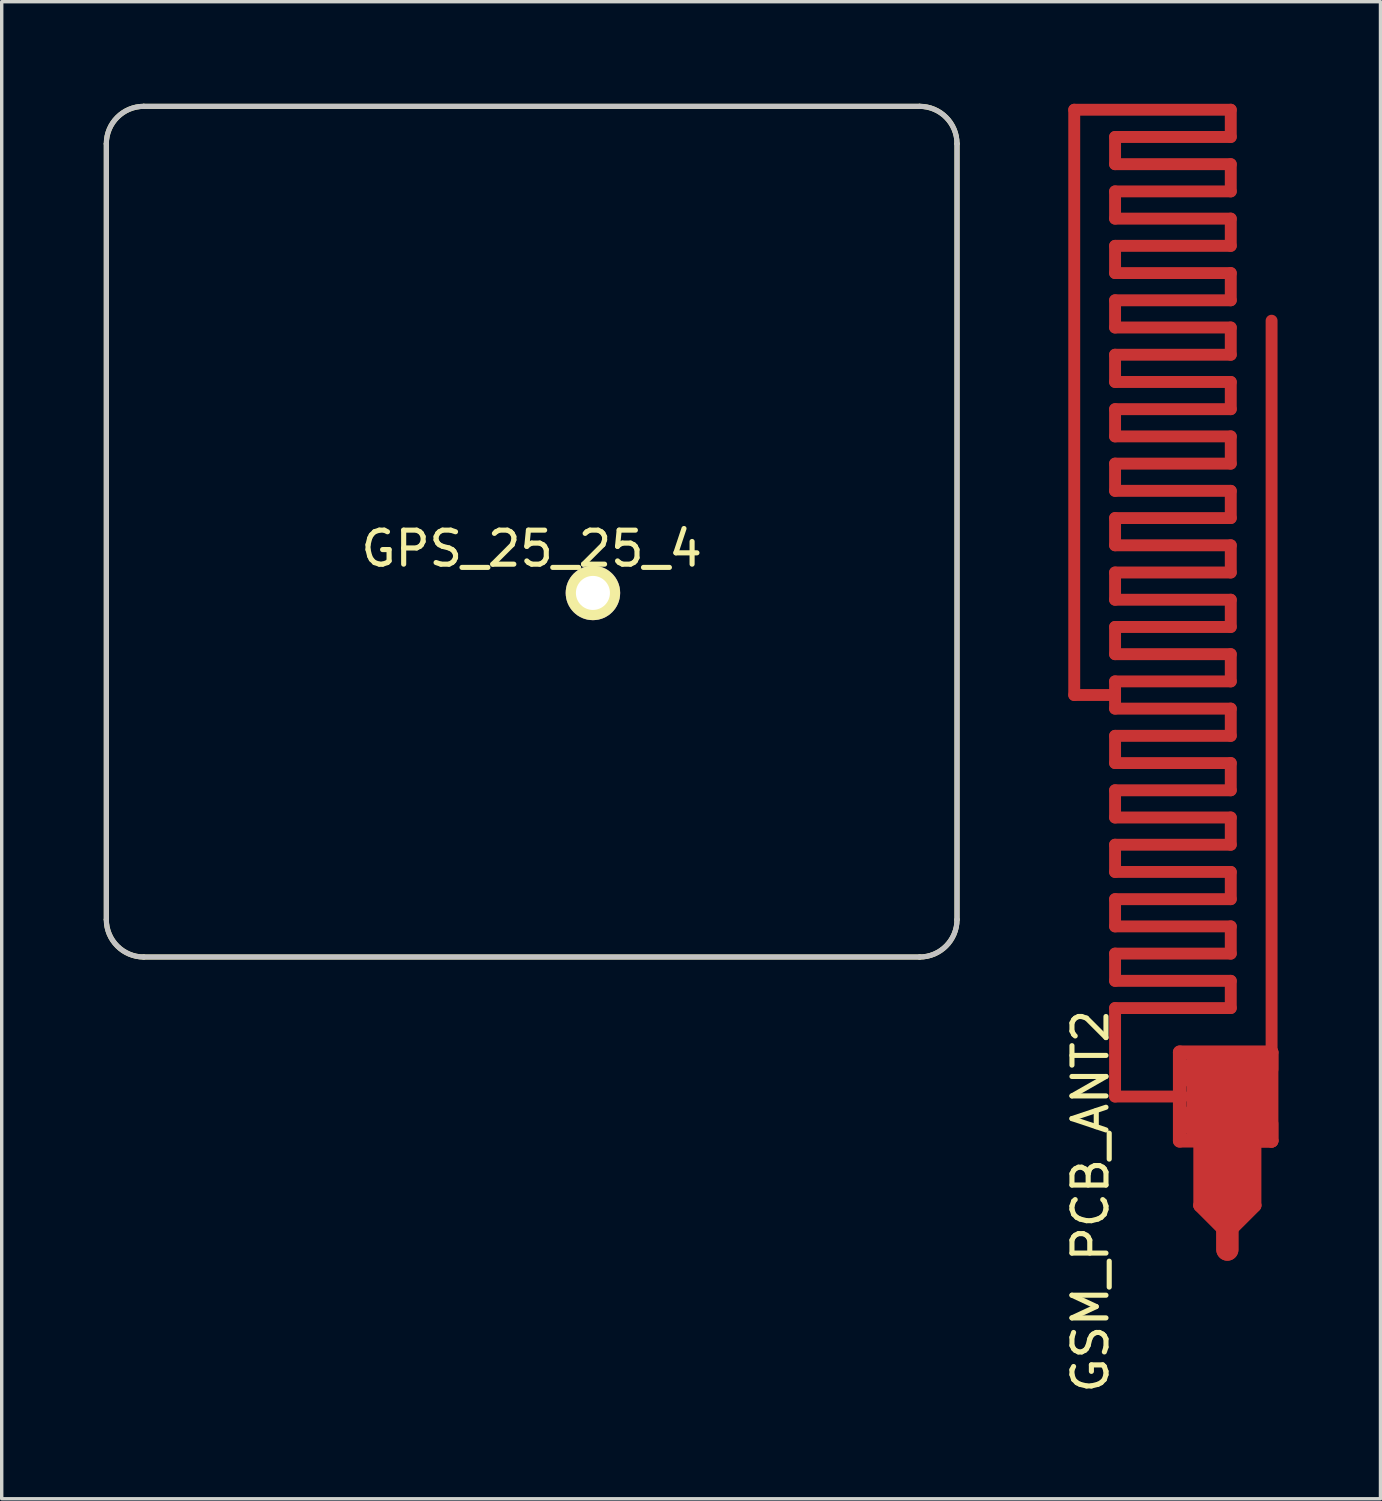
<source format=kicad_pcb>
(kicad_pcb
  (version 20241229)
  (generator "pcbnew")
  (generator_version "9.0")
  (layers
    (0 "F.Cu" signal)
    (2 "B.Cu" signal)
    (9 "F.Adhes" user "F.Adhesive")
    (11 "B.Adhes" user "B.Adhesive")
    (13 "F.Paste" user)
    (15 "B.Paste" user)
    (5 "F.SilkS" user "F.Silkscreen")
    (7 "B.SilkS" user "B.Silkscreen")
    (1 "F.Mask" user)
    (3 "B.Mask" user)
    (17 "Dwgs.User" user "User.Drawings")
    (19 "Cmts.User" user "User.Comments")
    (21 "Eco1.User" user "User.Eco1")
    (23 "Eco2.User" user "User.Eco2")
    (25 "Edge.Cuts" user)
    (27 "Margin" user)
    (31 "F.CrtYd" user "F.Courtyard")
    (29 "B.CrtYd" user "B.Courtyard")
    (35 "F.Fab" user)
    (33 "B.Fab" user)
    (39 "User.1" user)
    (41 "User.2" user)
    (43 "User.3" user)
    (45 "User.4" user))
  (footprint "GPS_25_25_4"
    (layer "F.Cu")
    (at 12.575 12.575)
    (property "Reference" "GPS_25_25_4" (at 0 0.5 0) (layer "F.SilkS") (effects (font (size 1 1) (thickness 0.15))))
    (attr through_hole)
    (fp_line (start -12.5 11.4) (end -12.5 -11.4) (stroke (width 0.15) (type solid)) (layer "F.SilkS"))
    (fp_line (start -11.4 -12.5) (end 11.4 -12.5) (stroke (width 0.15) (type solid)) (layer "F.SilkS"))
    (fp_line (start 11.4 12.5) (end -11.4 12.5) (stroke (width 0.15) (type solid)) (layer "F.SilkS"))
    (fp_line (start 12.5 -11.4) (end 12.5 11.4) (stroke (width 0.15) (type solid)) (layer "F.SilkS"))
    (fp_arc (start -12.5 -11.4) (mid -12.177817 -12.177817) (end -11.4 -12.5) (stroke (width 0.15) (type solid)) (layer "F.SilkS"))
    (fp_arc (start -11.4 12.5) (mid -12.177817 12.177817) (end -12.5 11.4) (stroke (width 0.15) (type solid)) (layer "F.SilkS"))
    (fp_arc (start 11.4 -12.5) (mid 12.177817 -12.177817) (end 12.5 -11.4) (stroke (width 0.15) (type solid)) (layer "F.SilkS"))
    (fp_arc (start 12.5 11.4) (mid 12.177817 12.177817) (end 11.4 12.5) (stroke (width 0.15) (type solid)) (layer "F.SilkS"))
    (fp_line (start -12.5 11.4) (end -12.5 -11.4) (stroke (width 0.15) (type solid)) (layer "Dwgs.User"))
    (fp_line (start -11.4 -12.5) (end 11.4 -12.5) (stroke (width 0.15) (type solid)) (layer "Dwgs.User"))
    (fp_line (start 11.4 12.5) (end -11.4 12.5) (stroke (width 0.15) (type solid)) (layer "Dwgs.User"))
    (fp_line (start 12.5 -11.4) (end 12.5 11.4) (stroke (width 0.15) (type solid)) (layer "Dwgs.User"))
    (fp_arc (start -12.5 -11.4) (mid -12.177817 -12.177817) (end -11.4 -12.5) (stroke (width 0.15) (type solid)) (layer "Dwgs.User"))
    (fp_arc (start -11.4 12.5) (mid -12.177817 12.177817) (end -12.5 11.4) (stroke (width 0.15) (type solid)) (layer "Dwgs.User"))
    (fp_arc (start 11.4 -12.5) (mid 12.177817 -12.177817) (end 12.5 -11.4) (stroke (width 0.15) (type solid)) (layer "Dwgs.User"))
    (fp_arc (start 12.5 11.4) (mid 12.177817 12.177817) (end 11.4 12.5) (stroke (width 0.15) (type solid)) (layer "Dwgs.User"))
    (pad "1" thru_hole circle (at 1.8 1.8) (size 1.6 1.6) (drill 1) (layers "*.Cu" "*.Mask" "F.SilkS")))
  (footprint "GSM_PCB_ANT2"
    (layer "F.Cu")
    (at 32.998 33.652)
    (property "Reference" "GSM_PCB_ANT2" (at -4 -1.4 90) (layer "F.SilkS") (effects (font (size 1 1) (thickness 0.15))))
    (attr through_hole)
    (fp_line (start -4.478 -33.477) (end -4.478 -16.277) (stroke (width 0.35) (type solid)) (layer "F.Cu"))
    (fp_line (start -3.278 -32.677) (end -3.278 -31.877) (stroke (width 0.35) (type solid)) (layer "F.Cu"))
    (fp_line (start -3.278 -31.077) (end -3.278 -30.277) (stroke (width 0.35) (type solid)) (layer "F.Cu"))
    (fp_line (start -3.278 -29.477) (end -3.278 -28.677) (stroke (width 0.35) (type solid)) (layer "F.Cu"))
    (fp_line (start -3.278 -27.877) (end -3.278 -27.077) (stroke (width 0.35) (type solid)) (layer "F.Cu"))
    (fp_line (start -3.278 -26.277) (end -3.278 -25.477) (stroke (width 0.35) (type solid)) (layer "F.Cu"))
    (fp_line (start -3.278 -24.677) (end -3.278 -23.877) (stroke (width 0.35) (type solid)) (layer "F.Cu"))
    (fp_line (start -3.278 -23.077) (end -3.278 -22.277) (stroke (width 0.35) (type solid)) (layer "F.Cu"))
    (fp_line (start -3.278 -21.477) (end -3.278 -20.677) (stroke (width 0.35) (type solid)) (layer "F.Cu"))
    (fp_line (start -3.278 -19.877) (end -3.278 -19.077) (stroke (width 0.35) (type solid)) (layer "F.Cu"))
    (fp_line (start -3.278 -18.277) (end -3.278 -17.477) (stroke (width 0.35) (type solid)) (layer "F.Cu"))
    (fp_line (start -3.278 -16.677) (end -3.278 -15.877) (stroke (width 0.35) (type solid)) (layer "F.Cu"))
    (fp_line (start -3.278 -16.277) (end -4.478 -16.277) (stroke (width 0.35) (type solid)) (layer "F.Cu"))
    (fp_line (start -3.278 -15.077) (end -3.278 -14.277) (stroke (width 0.35) (type solid)) (layer "F.Cu"))
    (fp_line (start -3.278 -13.477) (end -3.278 -12.677) (stroke (width 0.35) (type solid)) (layer "F.Cu"))
    (fp_line (start -3.278 -11.877) (end -3.278 -11.077) (stroke (width 0.35) (type solid)) (layer "F.Cu"))
    (fp_line (start -3.278 -10.277) (end -3.278 -9.477) (stroke (width 0.35) (type solid)) (layer "F.Cu"))
    (fp_line (start -3.278 -8.677) (end -3.278 -7.877) (stroke (width 0.35) (type solid)) (layer "F.Cu"))
    (fp_line (start -3.278 -7.077) (end -3.278 -4.477) (stroke (width 0.35) (type solid)) (layer "F.Cu"))
    (fp_line (start -1.378 -5.777) (end -1.378 -3.177) (stroke (width 0.4) (type solid)) (layer "F.Cu"))
    (fp_line (start -1.278 -4.477) (end -3.278 -4.477) (stroke (width 0.35) (type solid)) (layer "F.Cu"))
    (fp_line (start -0.778 -1.277) (end -0.778 -3.177) (stroke (width 0.4) (type solid)) (layer "F.Cu"))
    (fp_line (start -0.778 -1.277) (end 0.022 -0.477) (stroke (width 0.4) (type solid)) (layer "F.Cu"))
    (fp_line (start -0.778 -1.277) (end 0.022 -0.477) (stroke (width 0.4) (type solid)) (layer "F.Cu"))
    (fp_line (start -0.678 -3.577) (end -0.678 -5.377) (stroke (width 1) (type solid)) (layer "F.Cu"))
    (fp_line (start -0.478 -1.277) (end -0.478 -3.177) (stroke (width 0.4) (type solid)) (layer "F.Cu"))
    (fp_line (start 0.022 -1.177) (end 0.022 -5.377) (stroke (width 1) (type solid)) (layer "F.Cu"))
    (fp_line (start 0.022 -1.177) (end 0.022 -5.377) (stroke (width 1) (type solid)) (layer "F.Cu"))
    (fp_line (start 0.022 0.023) (end 0.022 -0.577) (stroke (width 0.65) (type solid)) (layer "F.Cu"))
    (fp_line (start 0.022 0.023) (end 0.022 -0.577) (stroke (width 0.65) (type solid)) (layer "F.Cu"))
    (fp_line (start 0.122 -33.477) (end -4.478 -33.477) (stroke (width 0.35) (type solid)) (layer "F.Cu"))
    (fp_line (start 0.122 -33.477) (end 0.122 -32.677) (stroke (width 0.35) (type solid)) (layer "F.Cu"))
    (fp_line (start 0.122 -32.677) (end -3.278 -32.677) (stroke (width 0.35) (type solid)) (layer "F.Cu"))
    (fp_line (start 0.122 -31.877) (end -3.278 -31.877) (stroke (width 0.35) (type solid)) (layer "F.Cu"))
    (fp_line (start 0.122 -31.877) (end 0.122 -31.077) (stroke (width 0.35) (type solid)) (layer "F.Cu"))
    (fp_line (start 0.122 -31.077) (end -3.278 -31.077) (stroke (width 0.35) (type solid)) (layer "F.Cu"))
    (fp_line (start 0.122 -30.277) (end -3.278 -30.277) (stroke (width 0.35) (type solid)) (layer "F.Cu"))
    (fp_line (start 0.122 -30.277) (end 0.122 -29.477) (stroke (width 0.35) (type solid)) (layer "F.Cu"))
    (fp_line (start 0.122 -29.477) (end -3.278 -29.477) (stroke (width 0.35) (type solid)) (layer "F.Cu"))
    (fp_line (start 0.122 -28.677) (end -3.278 -28.677) (stroke (width 0.35) (type solid)) (layer "F.Cu"))
    (fp_line (start 0.122 -28.677) (end 0.122 -27.877) (stroke (width 0.35) (type solid)) (layer "F.Cu"))
    (fp_line (start 0.122 -27.877) (end -3.278 -27.877) (stroke (width 0.35) (type solid)) (layer "F.Cu"))
    (fp_line (start 0.122 -27.077) (end -3.278 -27.077) (stroke (width 0.35) (type solid)) (layer "F.Cu"))
    (fp_line (start 0.122 -27.077) (end 0.122 -26.277) (stroke (width 0.35) (type solid)) (layer "F.Cu"))
    (fp_line (start 0.122 -26.277) (end -3.278 -26.277) (stroke (width 0.35) (type solid)) (layer "F.Cu"))
    (fp_line (start 0.122 -25.477) (end -3.278 -25.477) (stroke (width 0.35) (type solid)) (layer "F.Cu"))
    (fp_line (start 0.122 -25.477) (end 0.122 -24.677) (stroke (width 0.35) (type solid)) (layer "F.Cu"))
    (fp_line (start 0.122 -24.677) (end -3.278 -24.677) (stroke (width 0.35) (type solid)) (layer "F.Cu"))
    (fp_line (start 0.122 -23.877) (end -3.278 -23.877) (stroke (width 0.35) (type solid)) (layer "F.Cu"))
    (fp_line (start 0.122 -23.877) (end 0.122 -23.077) (stroke (width 0.35) (type solid)) (layer "F.Cu"))
    (fp_line (start 0.122 -23.077) (end -3.278 -23.077) (stroke (width 0.35) (type solid)) (layer "F.Cu"))
    (fp_line (start 0.122 -22.277) (end -3.278 -22.277) (stroke (width 0.35) (type solid)) (layer "F.Cu"))
    (fp_line (start 0.122 -22.277) (end 0.122 -21.477) (stroke (width 0.35) (type solid)) (layer "F.Cu"))
    (fp_line (start 0.122 -21.477) (end -3.278 -21.477) (stroke (width 0.35) (type solid)) (layer "F.Cu"))
    (fp_line (start 0.122 -20.677) (end -3.278 -20.677) (stroke (width 0.35) (type solid)) (layer "F.Cu"))
    (fp_line (start 0.122 -20.677) (end 0.122 -19.877) (stroke (width 0.35) (type solid)) (layer "F.Cu"))
    (fp_line (start 0.122 -19.877) (end -3.278 -19.877) (stroke (width 0.35) (type solid)) (layer "F.Cu"))
    (fp_line (start 0.122 -19.077) (end -3.278 -19.077) (stroke (width 0.35) (type solid)) (layer "F.Cu"))
    (fp_line (start 0.122 -19.077) (end 0.122 -18.277) (stroke (width 0.35) (type solid)) (layer "F.Cu"))
    (fp_line (start 0.122 -18.277) (end -3.278 -18.277) (stroke (width 0.35) (type solid)) (layer "F.Cu"))
    (fp_line (start 0.122 -17.477) (end -3.278 -17.477) (stroke (width 0.35) (type solid)) (layer "F.Cu"))
    (fp_line (start 0.122 -17.477) (end 0.122 -16.677) (stroke (width 0.35) (type solid)) (layer "F.Cu"))
    (fp_line (start 0.122 -16.677) (end -3.278 -16.677) (stroke (width 0.35) (type solid)) (layer "F.Cu"))
    (fp_line (start 0.122 -15.877) (end -3.278 -15.877) (stroke (width 0.35) (type solid)) (layer "F.Cu"))
    (fp_line (start 0.122 -15.877) (end 0.122 -15.077) (stroke (width 0.35) (type solid)) (layer "F.Cu"))
    (fp_line (start 0.122 -15.077) (end -3.278 -15.077) (stroke (width 0.35) (type solid)) (layer "F.Cu"))
    (fp_line (start 0.122 -14.277) (end -3.278 -14.277) (stroke (width 0.35) (type solid)) (layer "F.Cu"))
    (fp_line (start 0.122 -14.277) (end 0.122 -13.477) (stroke (width 0.35) (type solid)) (layer "F.Cu"))
    (fp_line (start 0.122 -13.477) (end -3.278 -13.477) (stroke (width 0.35) (type solid)) (layer "F.Cu"))
    (fp_line (start 0.122 -12.677) (end -3.278 -12.677) (stroke (width 0.35) (type solid)) (layer "F.Cu"))
    (fp_line (start 0.122 -12.677) (end 0.122 -11.877) (stroke (width 0.35) (type solid)) (layer "F.Cu"))
    (fp_line (start 0.122 -11.877) (end -3.278 -11.877) (stroke (width 0.35) (type solid)) (layer "F.Cu"))
    (fp_line (start 0.122 -11.077) (end -3.278 -11.077) (stroke (width 0.35) (type solid)) (layer "F.Cu"))
    (fp_line (start 0.122 -11.077) (end 0.122 -10.277) (stroke (width 0.35) (type solid)) (layer "F.Cu"))
    (fp_line (start 0.122 -10.277) (end -3.278 -10.277) (stroke (width 0.35) (type solid)) (layer "F.Cu"))
    (fp_line (start 0.122 -9.477) (end -3.278 -9.477) (stroke (width 0.35) (type solid)) (layer "F.Cu"))
    (fp_line (start 0.122 -9.477) (end 0.122 -8.677) (stroke (width 0.35) (type solid)) (layer "F.Cu"))
    (fp_line (start 0.122 -8.677) (end -3.278 -8.677) (stroke (width 0.35) (type solid)) (layer "F.Cu"))
    (fp_line (start 0.122 -7.877) (end -3.278 -7.877) (stroke (width 0.35) (type solid)) (layer "F.Cu"))
    (fp_line (start 0.122 -7.877) (end 0.122 -7.077) (stroke (width 0.35) (type solid)) (layer "F.Cu"))
    (fp_line (start 0.122 -7.077) (end -3.278 -7.077) (stroke (width 0.35) (type solid)) (layer "F.Cu"))
    (fp_line (start 0.522 -1.277) (end 0.522 -3.177) (stroke (width 0.4) (type solid)) (layer "F.Cu"))
    (fp_line (start 0.722 -3.577) (end 0.722 -5.377) (stroke (width 1) (type solid)) (layer "F.Cu"))
    (fp_line (start 0.822 -1.277) (end 0.022 -0.477) (stroke (width 0.4) (type solid)) (layer "F.Cu"))
    (fp_line (start 0.822 -1.277) (end 0.022 -0.477) (stroke (width 0.4) (type solid)) (layer "F.Cu"))
    (fp_line (start 0.822 -1.277) (end 0.822 -3.177) (stroke (width 0.4) (type solid)) (layer "F.Cu"))
    (fp_line (start 0.922 -5.177) (end -0.878 -5.177) (stroke (width 1) (type solid)) (layer "F.Cu"))
    (fp_line (start 0.922 -3.777) (end -0.878 -3.777) (stroke (width 1) (type solid)) (layer "F.Cu"))
    (fp_line (start 1.322 -27.277) (end 1.322 -5.777) (stroke (width 0.35) (type solid)) (layer "F.Cu"))
    (fp_line (start 1.322 -5.777) (end -1.378 -5.777) (stroke (width 0.4) (type solid)) (layer "F.Cu"))
    (fp_line (start 1.322 -5.777) (end 1.322 -5.277) (stroke (width 0.4) (type solid)) (layer "F.Cu"))
    (fp_line (start 1.322 -5.777) (end 1.322 -3.177) (stroke (width 0.4) (type solid)) (layer "F.Cu"))
    (fp_line (start 1.322 -3.677) (end 1.322 -3.177) (stroke (width 0.4) (type solid)) (layer "F.Cu"))
    (fp_line (start 1.322 -3.177) (end -1.378 -3.177) (stroke (width 0.4) (type solid)) (layer "F.Cu"))
    (fp_line (start 1.322 -3.177) (end 0.822 -3.177) (stroke (width 0.4) (type solid)) (layer "F.Cu")))
  (gr_rect
    (start -3 -3)
    (end 37.52 40.996)
    (stroke (width 0.1) (type default))
    (fill no)
    (layer "Edge.Cuts")))
</source>
